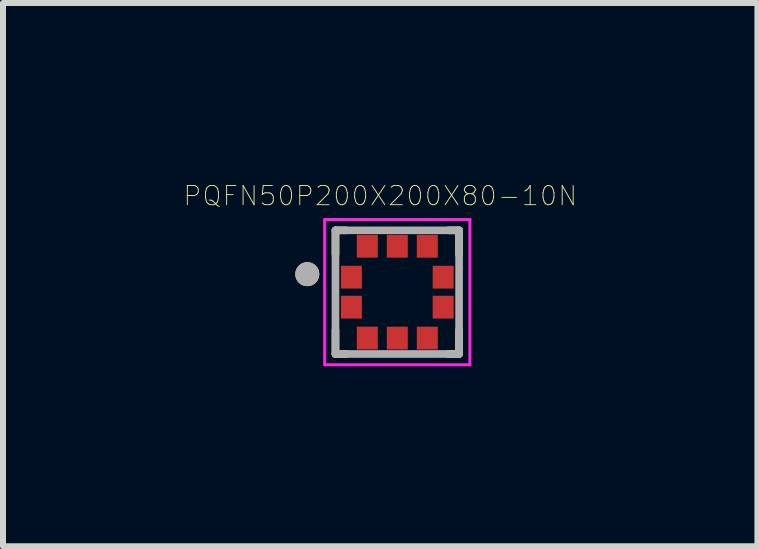
<source format=kicad_pcb>
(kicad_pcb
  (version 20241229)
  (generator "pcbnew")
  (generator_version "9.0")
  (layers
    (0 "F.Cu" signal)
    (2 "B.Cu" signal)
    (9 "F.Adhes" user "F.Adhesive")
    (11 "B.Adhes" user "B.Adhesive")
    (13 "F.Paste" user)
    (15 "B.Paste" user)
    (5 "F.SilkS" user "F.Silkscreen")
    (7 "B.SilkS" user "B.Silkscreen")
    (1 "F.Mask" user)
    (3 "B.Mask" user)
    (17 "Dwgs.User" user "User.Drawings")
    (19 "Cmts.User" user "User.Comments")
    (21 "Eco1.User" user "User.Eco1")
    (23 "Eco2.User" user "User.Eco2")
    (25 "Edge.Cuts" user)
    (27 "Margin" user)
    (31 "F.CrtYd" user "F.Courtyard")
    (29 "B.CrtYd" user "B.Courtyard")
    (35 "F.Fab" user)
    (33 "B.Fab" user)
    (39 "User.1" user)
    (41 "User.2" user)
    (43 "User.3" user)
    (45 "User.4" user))
  (footprint "PQFN50P200X200X80-10N"
    (layer "F.Cu")
    (at 3.571 1.819)
    (property "Reference" "PQFN50P200X200X80-10N" (at -0.284 -1.605 0) (layer "F.SilkS") (effects (font (size 0.32 0.32) (thickness 0.015))))
    (attr through_hole)
    (fp_line (start -1.03 -1.03) (end -0.85 -1.03) (stroke (width 0.127) (type solid)) (layer "F.SilkS"))
    (fp_line (start -1.03 -0.63) (end -1.03 -1.03) (stroke (width 0.127) (type solid)) (layer "F.SilkS"))
    (fp_line (start -1.03 1.03) (end -1.03 0.63) (stroke (width 0.127) (type solid)) (layer "F.SilkS"))
    (fp_line (start -0.85 1.03) (end -1.03 1.03) (stroke (width 0.127) (type solid)) (layer "F.SilkS"))
    (fp_line (start 0.85 -1.03) (end 1.03 -1.03) (stroke (width 0.127) (type solid)) (layer "F.SilkS"))
    (fp_line (start 0.85 1.03) (end 1.03 1.03) (stroke (width 0.127) (type solid)) (layer "F.SilkS"))
    (fp_line (start 1.03 -1.03) (end 1.03 -0.63) (stroke (width 0.127) (type solid)) (layer "F.SilkS"))
    (fp_line (start 1.03 1.03) (end 1.03 0.63) (stroke (width 0.127) (type solid)) (layer "F.SilkS"))
    (fp_circle (center -1.5 -0.3) (end -1.4 -0.3) (stroke (width 0.2) (type solid)) (fill no) (layer "F.SilkS"))
    (fp_line (start -1.21 -1.21) (end 1.21 -1.21) (stroke (width 0.05) (type solid)) (layer "F.CrtYd"))
    (fp_line (start -1.21 1.21) (end -1.21 -1.21) (stroke (width 0.05) (type solid)) (layer "F.CrtYd"))
    (fp_line (start 1.21 -1.21) (end 1.21 1.21) (stroke (width 0.05) (type solid)) (layer "F.CrtYd"))
    (fp_line (start 1.21 1.21) (end -1.21 1.21) (stroke (width 0.05) (type solid)) (layer "F.CrtYd"))
    (fp_line (start -1.03 -1.03) (end 1.03 -1.03) (stroke (width 0.127) (type solid)) (layer "F.Fab"))
    (fp_line (start -1.03 1.03) (end -1.03 -1.03) (stroke (width 0.127) (type solid)) (layer "F.Fab"))
    (fp_line (start 1.03 -1.03) (end 1.03 1.03) (stroke (width 0.127) (type solid)) (layer "F.Fab"))
    (fp_line (start 1.03 1.03) (end -1.03 1.03) (stroke (width 0.127) (type solid)) (layer "F.Fab"))
    (fp_circle (center -1.5 -0.3) (end -1.4 -0.3) (stroke (width 0.2) (type solid)) (fill no) (layer "F.Fab"))
    (pad "1" smd rect (at -0.765 -0.25) (size 0.35 0.38) (layers "F.Cu" "F.Mask" "F.Paste"))
    (pad "2" smd rect (at -0.765 0.25) (size 0.35 0.38) (layers "F.Cu" "F.Mask" "F.Paste"))
    (pad "3" smd rect (at -0.5 0.765) (size 0.35 0.38) (layers "F.Cu" "F.Mask" "F.Paste"))
    (pad "4" smd rect (at 0 0.765) (size 0.35 0.38) (layers "F.Cu" "F.Mask" "F.Paste"))
    (pad "5" smd rect (at 0.5 0.765) (size 0.35 0.38) (layers "F.Cu" "F.Mask" "F.Paste"))
    (pad "6" smd rect (at 0.765 0.25) (size 0.35 0.38) (layers "F.Cu" "F.Mask" "F.Paste"))
    (pad "7" smd rect (at 0.765 -0.25) (size 0.35 0.38) (layers "F.Cu" "F.Mask" "F.Paste"))
    (pad "8" smd rect (at 0.5 -0.765) (size 0.35 0.38) (layers "F.Cu" "F.Mask" "F.Paste"))
    (pad "9" smd rect (at 0 -0.765) (size 0.35 0.38) (layers "F.Cu" "F.Mask" "F.Paste"))
    (pad "10" smd rect (at -0.5 -0.765) (size 0.35 0.38) (layers "F.Cu" "F.Mask" "F.Paste")))
  (gr_rect
    (start -3 -3)
    (end 9.573 6.054)
    (stroke (width 0.1) (type default))
    (fill no)
    (layer "Edge.Cuts")))
</source>
